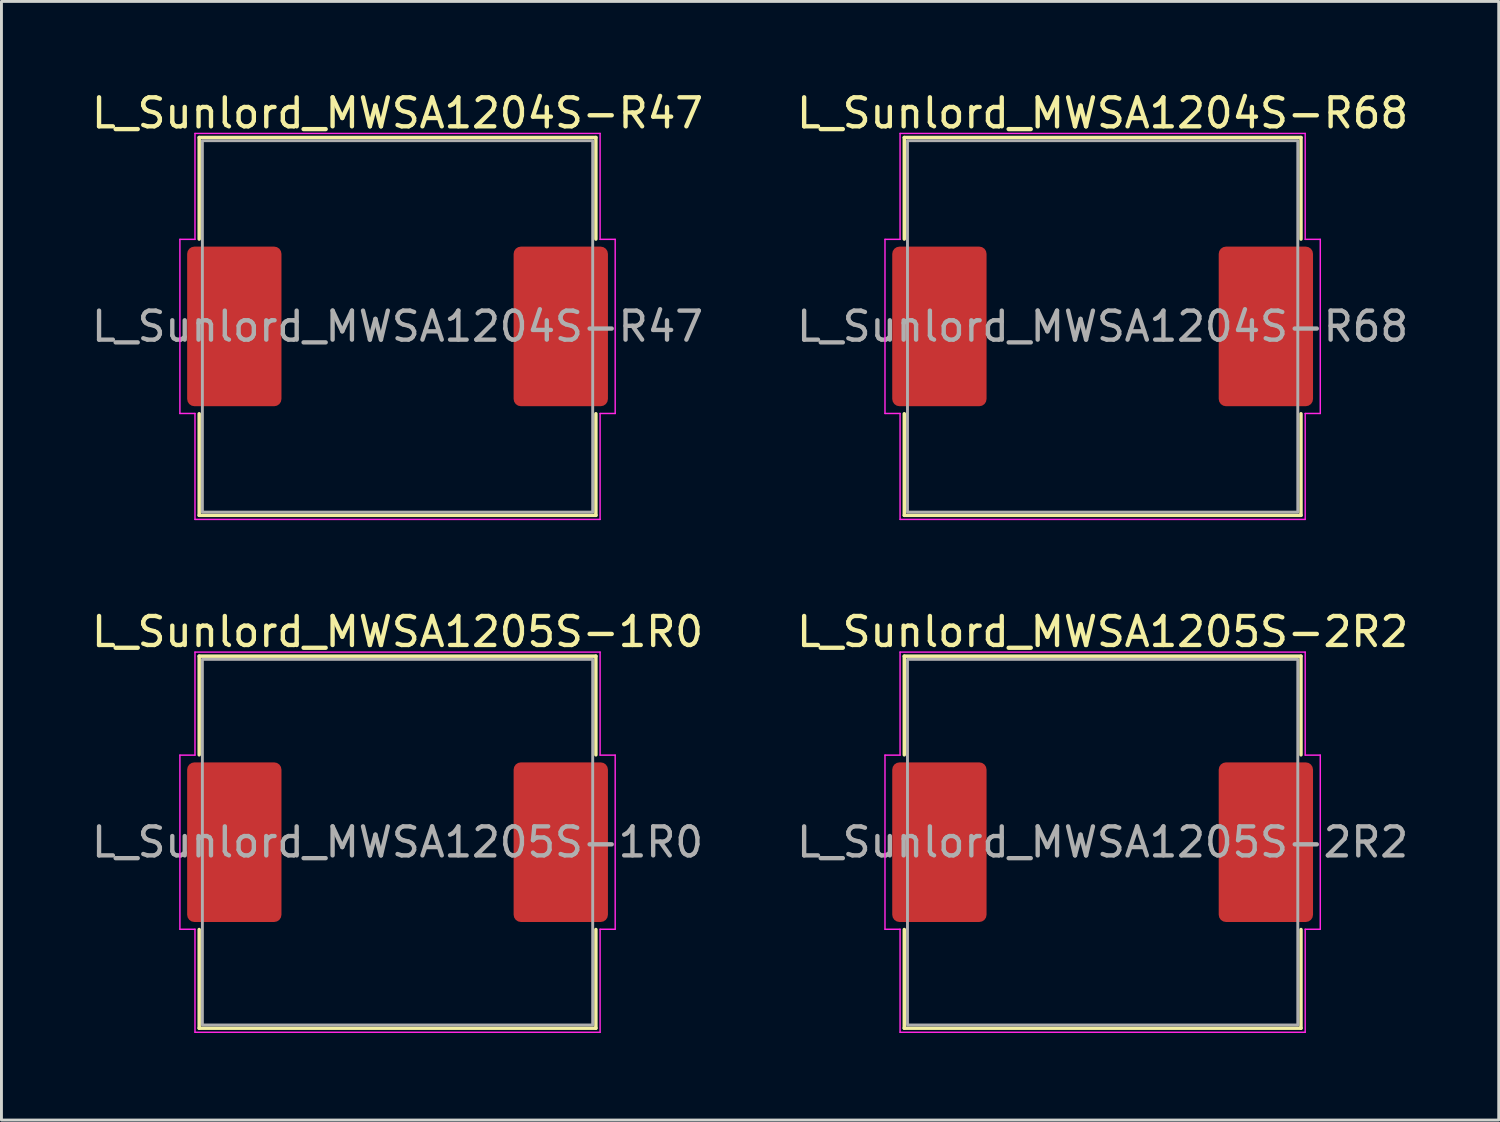
<source format=kicad_pcb>
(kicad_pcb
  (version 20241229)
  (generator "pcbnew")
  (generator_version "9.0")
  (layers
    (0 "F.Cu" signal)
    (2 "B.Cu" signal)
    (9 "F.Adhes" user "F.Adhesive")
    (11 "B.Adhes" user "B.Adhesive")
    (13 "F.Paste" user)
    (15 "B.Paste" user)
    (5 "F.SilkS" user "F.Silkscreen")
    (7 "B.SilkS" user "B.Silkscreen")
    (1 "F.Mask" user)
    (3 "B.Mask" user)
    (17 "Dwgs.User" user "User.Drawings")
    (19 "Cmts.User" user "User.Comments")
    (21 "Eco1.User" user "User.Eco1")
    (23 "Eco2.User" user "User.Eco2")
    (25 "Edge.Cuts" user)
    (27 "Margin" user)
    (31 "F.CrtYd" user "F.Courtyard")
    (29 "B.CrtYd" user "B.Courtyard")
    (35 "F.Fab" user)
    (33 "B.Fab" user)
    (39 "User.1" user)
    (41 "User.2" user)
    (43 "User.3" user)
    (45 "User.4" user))
  (footprint "L_Sunlord_MWSA1205S-1R0"
    (layer "F.Cu")
    (at 10.649 25.971)
    (property "Reference" "L_Sunlord_MWSA1205S-1R0" (at 0 -7.25 0) (layer "F.SilkS") (effects (font (size 1 1) (thickness 0.15))))
    (attr smd)
    (fp_line (start -6.835 -6.41) (end 6.835 -6.41) (stroke (width 0.12) (type solid)) (layer "F.SilkS"))
    (fp_line (start -6.835 -3.01) (end -6.835 -6.41) (stroke (width 0.12) (type solid)) (layer "F.SilkS"))
    (fp_line (start -6.835 6.41) (end -6.835 3.01) (stroke (width 0.12) (type solid)) (layer "F.SilkS"))
    (fp_line (start 6.835 -6.41) (end 6.835 -3.01) (stroke (width 0.12) (type solid)) (layer "F.SilkS"))
    (fp_line (start 6.835 3.01) (end 6.835 6.41) (stroke (width 0.12) (type solid)) (layer "F.SilkS"))
    (fp_line (start 6.835 6.41) (end -6.835 6.41) (stroke (width 0.12) (type solid)) (layer "F.SilkS"))
    (fp_line (start -7.5 -3) (end -6.98 -3) (stroke (width 0.05) (type solid)) (layer "F.CrtYd"))
    (fp_line (start -7.5 3) (end -7.5 -3) (stroke (width 0.05) (type solid)) (layer "F.CrtYd"))
    (fp_line (start -6.98 -6.55) (end 6.98 -6.55) (stroke (width 0.05) (type solid)) (layer "F.CrtYd"))
    (fp_line (start -6.98 -3) (end -6.98 -6.55) (stroke (width 0.05) (type solid)) (layer "F.CrtYd"))
    (fp_line (start -6.98 3) (end -7.5 3) (stroke (width 0.05) (type solid)) (layer "F.CrtYd"))
    (fp_line (start -6.98 6.55) (end -6.98 3) (stroke (width 0.05) (type solid)) (layer "F.CrtYd"))
    (fp_line (start 6.98 -6.55) (end 6.98 -3) (stroke (width 0.05) (type solid)) (layer "F.CrtYd"))
    (fp_line (start 6.98 -3) (end 7.5 -3) (stroke (width 0.05) (type solid)) (layer "F.CrtYd"))
    (fp_line (start 6.98 3) (end 6.98 6.55) (stroke (width 0.05) (type solid)) (layer "F.CrtYd"))
    (fp_line (start 6.98 6.55) (end -6.98 6.55) (stroke (width 0.05) (type solid)) (layer "F.CrtYd"))
    (fp_line (start 7.5 -3) (end 7.5 3) (stroke (width 0.05) (type solid)) (layer "F.CrtYd"))
    (fp_line (start 7.5 3) (end 6.98 3) (stroke (width 0.05) (type solid)) (layer "F.CrtYd"))
    (fp_rect (start -6.725 -6.3) (end 6.725 6.3) (stroke (width 0.1) (type solid)) (fill no) (layer "F.Fab"))
    (fp_text user "${REFERENCE}" (at 0 0 0) (layer "F.Fab") (effects (font (size 1 1) (thickness 0.15))))
    (pad "1" smd roundrect (at -5.625 0) (size 3.25 5.5) (layers "F.Cu" "F.Mask" "F.Paste") (roundrect_rratio 0.077))
    (pad "2" smd roundrect (at 5.625 0) (size 3.25 5.5) (layers "F.Cu" "F.Mask" "F.Paste") (roundrect_rratio 0.077)))
  (footprint "L_Sunlord_MWSA1204S-R47"
    (layer "F.Cu")
    (at 10.649 8.198)
    (property "Reference" "L_Sunlord_MWSA1204S-R47" (at 0 -7.35 0) (layer "F.SilkS") (effects (font (size 1 1) (thickness 0.15))))
    (attr smd)
    (fp_line (start -6.835 -6.51) (end 6.835 -6.51) (stroke (width 0.12) (type solid)) (layer "F.SilkS"))
    (fp_line (start -6.835 -3.01) (end -6.835 -6.51) (stroke (width 0.12) (type solid)) (layer "F.SilkS"))
    (fp_line (start -6.835 6.51) (end -6.835 3.01) (stroke (width 0.12) (type solid)) (layer "F.SilkS"))
    (fp_line (start 6.835 -6.51) (end 6.835 -3.01) (stroke (width 0.12) (type solid)) (layer "F.SilkS"))
    (fp_line (start 6.835 3.01) (end 6.835 6.51) (stroke (width 0.12) (type solid)) (layer "F.SilkS"))
    (fp_line (start 6.835 6.51) (end -6.835 6.51) (stroke (width 0.12) (type solid)) (layer "F.SilkS"))
    (fp_line (start -7.5 -3) (end -6.98 -3) (stroke (width 0.05) (type solid)) (layer "F.CrtYd"))
    (fp_line (start -7.5 3) (end -7.5 -3) (stroke (width 0.05) (type solid)) (layer "F.CrtYd"))
    (fp_line (start -6.98 -6.65) (end 6.98 -6.65) (stroke (width 0.05) (type solid)) (layer "F.CrtYd"))
    (fp_line (start -6.98 -3) (end -6.98 -6.65) (stroke (width 0.05) (type solid)) (layer "F.CrtYd"))
    (fp_line (start -6.98 3) (end -7.5 3) (stroke (width 0.05) (type solid)) (layer "F.CrtYd"))
    (fp_line (start -6.98 6.65) (end -6.98 3) (stroke (width 0.05) (type solid)) (layer "F.CrtYd"))
    (fp_line (start 6.98 -6.65) (end 6.98 -3) (stroke (width 0.05) (type solid)) (layer "F.CrtYd"))
    (fp_line (start 6.98 -3) (end 7.5 -3) (stroke (width 0.05) (type solid)) (layer "F.CrtYd"))
    (fp_line (start 6.98 3) (end 6.98 6.65) (stroke (width 0.05) (type solid)) (layer "F.CrtYd"))
    (fp_line (start 6.98 6.65) (end -6.98 6.65) (stroke (width 0.05) (type solid)) (layer "F.CrtYd"))
    (fp_line (start 7.5 -3) (end 7.5 3) (stroke (width 0.05) (type solid)) (layer "F.CrtYd"))
    (fp_line (start 7.5 3) (end 6.98 3) (stroke (width 0.05) (type solid)) (layer "F.CrtYd"))
    (fp_rect (start -6.725 -6.4) (end 6.725 6.4) (stroke (width 0.1) (type solid)) (fill no) (layer "F.Fab"))
    (fp_text user "${REFERENCE}" (at 0 0 0) (layer "F.Fab") (effects (font (size 1 1) (thickness 0.15))))
    (pad "1" smd roundrect (at -5.625 0) (size 3.25 5.5) (layers "F.Cu" "F.Mask" "F.Paste") (roundrect_rratio 0.077))
    (pad "2" smd roundrect (at 5.625 0) (size 3.25 5.5) (layers "F.Cu" "F.Mask" "F.Paste") (roundrect_rratio 0.077)))
  (footprint "L_Sunlord_MWSA1204S-R68"
    (layer "F.Cu")
    (at 34.946 8.198)
    (property "Reference" "L_Sunlord_MWSA1204S-R68" (at 0 -7.35 0) (layer "F.SilkS") (effects (font (size 1 1) (thickness 0.15))))
    (attr smd)
    (fp_line (start -6.835 -6.51) (end 6.835 -6.51) (stroke (width 0.12) (type solid)) (layer "F.SilkS"))
    (fp_line (start -6.835 -3.01) (end -6.835 -6.51) (stroke (width 0.12) (type solid)) (layer "F.SilkS"))
    (fp_line (start -6.835 6.51) (end -6.835 3.01) (stroke (width 0.12) (type solid)) (layer "F.SilkS"))
    (fp_line (start 6.835 -6.51) (end 6.835 -3.01) (stroke (width 0.12) (type solid)) (layer "F.SilkS"))
    (fp_line (start 6.835 3.01) (end 6.835 6.51) (stroke (width 0.12) (type solid)) (layer "F.SilkS"))
    (fp_line (start 6.835 6.51) (end -6.835 6.51) (stroke (width 0.12) (type solid)) (layer "F.SilkS"))
    (fp_line (start -7.5 -3) (end -6.98 -3) (stroke (width 0.05) (type solid)) (layer "F.CrtYd"))
    (fp_line (start -7.5 3) (end -7.5 -3) (stroke (width 0.05) (type solid)) (layer "F.CrtYd"))
    (fp_line (start -6.98 -6.65) (end 6.98 -6.65) (stroke (width 0.05) (type solid)) (layer "F.CrtYd"))
    (fp_line (start -6.98 -3) (end -6.98 -6.65) (stroke (width 0.05) (type solid)) (layer "F.CrtYd"))
    (fp_line (start -6.98 3) (end -7.5 3) (stroke (width 0.05) (type solid)) (layer "F.CrtYd"))
    (fp_line (start -6.98 6.65) (end -6.98 3) (stroke (width 0.05) (type solid)) (layer "F.CrtYd"))
    (fp_line (start 6.98 -6.65) (end 6.98 -3) (stroke (width 0.05) (type solid)) (layer "F.CrtYd"))
    (fp_line (start 6.98 -3) (end 7.5 -3) (stroke (width 0.05) (type solid)) (layer "F.CrtYd"))
    (fp_line (start 6.98 3) (end 6.98 6.65) (stroke (width 0.05) (type solid)) (layer "F.CrtYd"))
    (fp_line (start 6.98 6.65) (end -6.98 6.65) (stroke (width 0.05) (type solid)) (layer "F.CrtYd"))
    (fp_line (start 7.5 -3) (end 7.5 3) (stroke (width 0.05) (type solid)) (layer "F.CrtYd"))
    (fp_line (start 7.5 3) (end 6.98 3) (stroke (width 0.05) (type solid)) (layer "F.CrtYd"))
    (fp_rect (start -6.725 -6.4) (end 6.725 6.4) (stroke (width 0.1) (type solid)) (fill no) (layer "F.Fab"))
    (fp_text user "${REFERENCE}" (at 0 0 0) (layer "F.Fab") (effects (font (size 1 1) (thickness 0.15))))
    (pad "1" smd roundrect (at -5.625 0) (size 3.25 5.5) (layers "F.Cu" "F.Mask" "F.Paste") (roundrect_rratio 0.077))
    (pad "2" smd roundrect (at 5.625 0) (size 3.25 5.5) (layers "F.Cu" "F.Mask" "F.Paste") (roundrect_rratio 0.077)))
  (footprint "L_Sunlord_MWSA1205S-2R2"
    (layer "F.Cu")
    (at 34.946 25.971)
    (property "Reference" "L_Sunlord_MWSA1205S-2R2" (at 0 -7.25 0) (layer "F.SilkS") (effects (font (size 1 1) (thickness 0.15))))
    (attr smd)
    (fp_line (start -6.835 -6.41) (end 6.835 -6.41) (stroke (width 0.12) (type solid)) (layer "F.SilkS"))
    (fp_line (start -6.835 -3.01) (end -6.835 -6.41) (stroke (width 0.12) (type solid)) (layer "F.SilkS"))
    (fp_line (start -6.835 6.41) (end -6.835 3.01) (stroke (width 0.12) (type solid)) (layer "F.SilkS"))
    (fp_line (start 6.835 -6.41) (end 6.835 -3.01) (stroke (width 0.12) (type solid)) (layer "F.SilkS"))
    (fp_line (start 6.835 3.01) (end 6.835 6.41) (stroke (width 0.12) (type solid)) (layer "F.SilkS"))
    (fp_line (start 6.835 6.41) (end -6.835 6.41) (stroke (width 0.12) (type solid)) (layer "F.SilkS"))
    (fp_line (start -7.5 -3) (end -6.98 -3) (stroke (width 0.05) (type solid)) (layer "F.CrtYd"))
    (fp_line (start -7.5 3) (end -7.5 -3) (stroke (width 0.05) (type solid)) (layer "F.CrtYd"))
    (fp_line (start -6.98 -6.55) (end 6.98 -6.55) (stroke (width 0.05) (type solid)) (layer "F.CrtYd"))
    (fp_line (start -6.98 -3) (end -6.98 -6.55) (stroke (width 0.05) (type solid)) (layer "F.CrtYd"))
    (fp_line (start -6.98 3) (end -7.5 3) (stroke (width 0.05) (type solid)) (layer "F.CrtYd"))
    (fp_line (start -6.98 6.55) (end -6.98 3) (stroke (width 0.05) (type solid)) (layer "F.CrtYd"))
    (fp_line (start 6.98 -6.55) (end 6.98 -3) (stroke (width 0.05) (type solid)) (layer "F.CrtYd"))
    (fp_line (start 6.98 -3) (end 7.5 -3) (stroke (width 0.05) (type solid)) (layer "F.CrtYd"))
    (fp_line (start 6.98 3) (end 6.98 6.55) (stroke (width 0.05) (type solid)) (layer "F.CrtYd"))
    (fp_line (start 6.98 6.55) (end -6.98 6.55) (stroke (width 0.05) (type solid)) (layer "F.CrtYd"))
    (fp_line (start 7.5 -3) (end 7.5 3) (stroke (width 0.05) (type solid)) (layer "F.CrtYd"))
    (fp_line (start 7.5 3) (end 6.98 3) (stroke (width 0.05) (type solid)) (layer "F.CrtYd"))
    (fp_rect (start -6.725 -6.3) (end 6.725 6.3) (stroke (width 0.1) (type solid)) (fill no) (layer "F.Fab"))
    (fp_text user "${REFERENCE}" (at 0 0 0) (layer "F.Fab") (effects (font (size 1 1) (thickness 0.15))))
    (pad "1" smd roundrect (at -5.625 0) (size 3.25 5.5) (layers "F.Cu" "F.Mask" "F.Paste") (roundrect_rratio 0.077))
    (pad "2" smd roundrect (at 5.625 0) (size 3.25 5.5) (layers "F.Cu" "F.Mask" "F.Paste") (roundrect_rratio 0.077)))
  (gr_rect
    (start -3 -3)
    (end 48.595 35.547)
    (stroke (width 0.1) (type default))
    (fill no)
    (layer "Edge.Cuts")))
</source>
